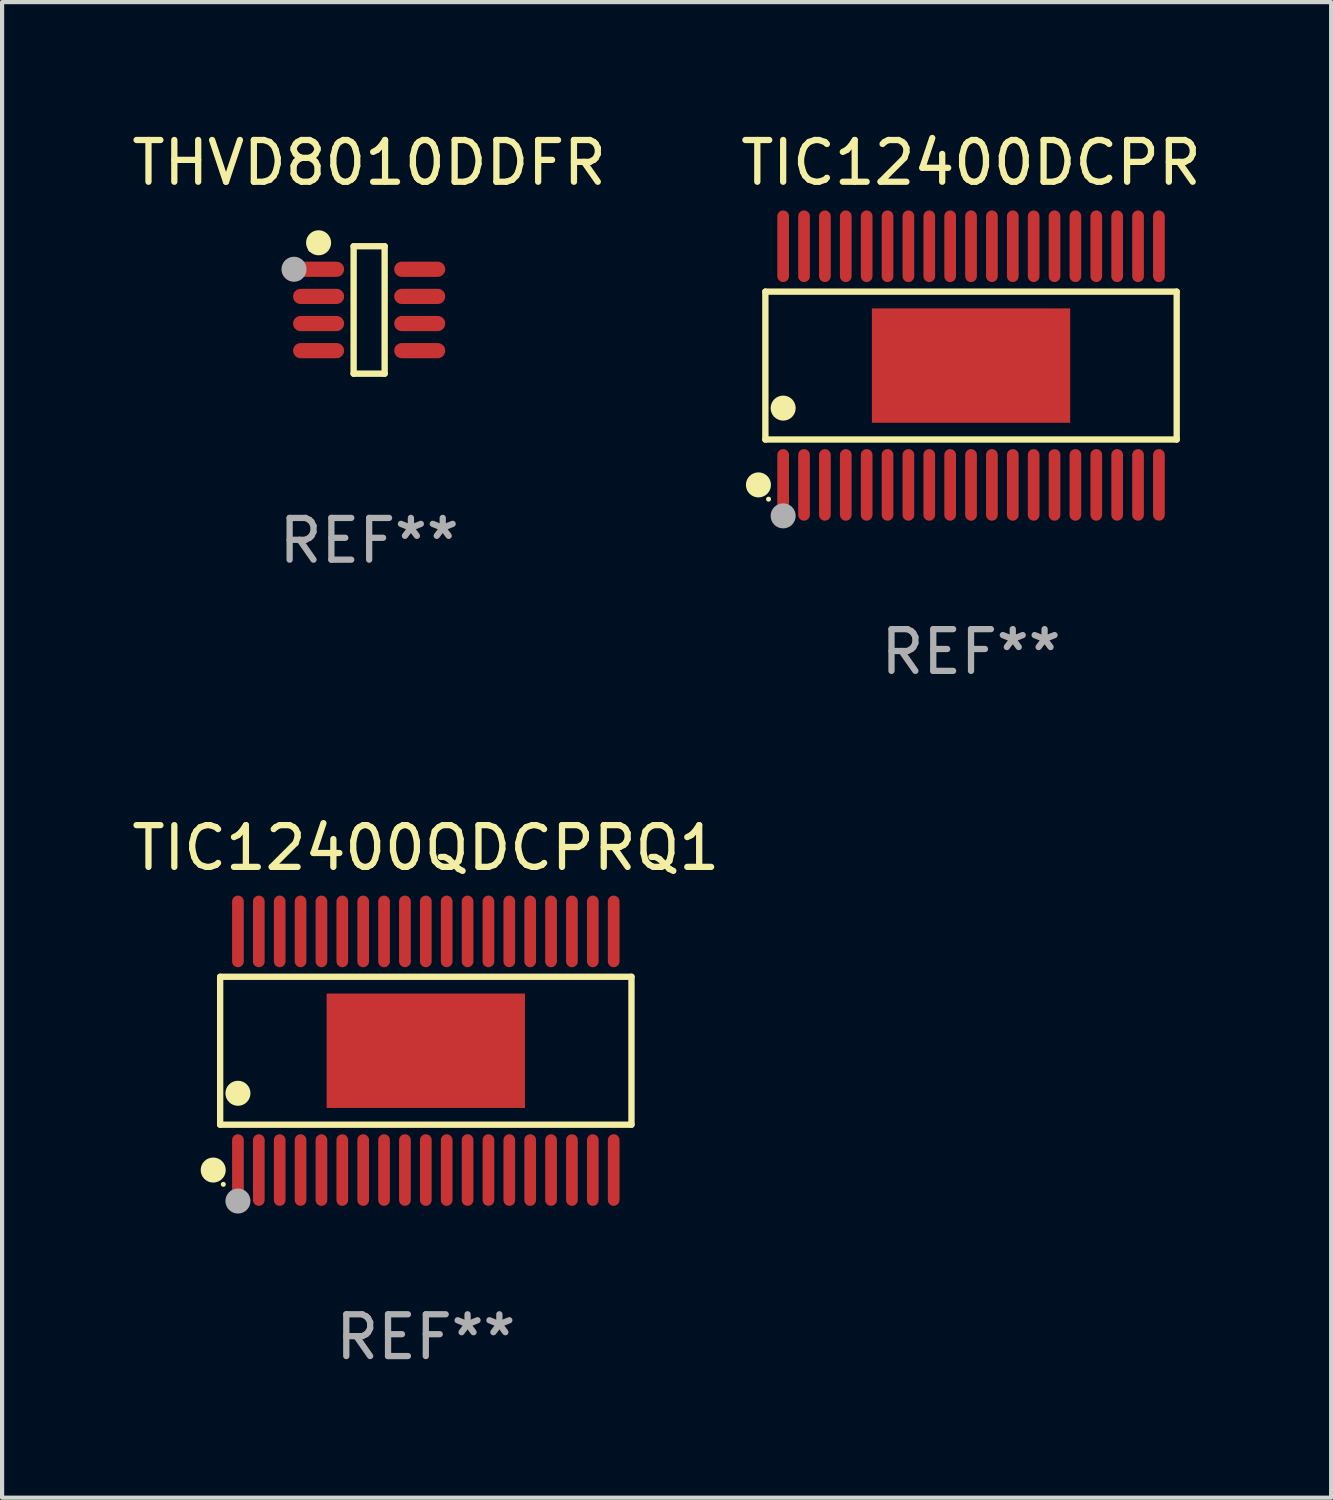
<source format=kicad_pcb>
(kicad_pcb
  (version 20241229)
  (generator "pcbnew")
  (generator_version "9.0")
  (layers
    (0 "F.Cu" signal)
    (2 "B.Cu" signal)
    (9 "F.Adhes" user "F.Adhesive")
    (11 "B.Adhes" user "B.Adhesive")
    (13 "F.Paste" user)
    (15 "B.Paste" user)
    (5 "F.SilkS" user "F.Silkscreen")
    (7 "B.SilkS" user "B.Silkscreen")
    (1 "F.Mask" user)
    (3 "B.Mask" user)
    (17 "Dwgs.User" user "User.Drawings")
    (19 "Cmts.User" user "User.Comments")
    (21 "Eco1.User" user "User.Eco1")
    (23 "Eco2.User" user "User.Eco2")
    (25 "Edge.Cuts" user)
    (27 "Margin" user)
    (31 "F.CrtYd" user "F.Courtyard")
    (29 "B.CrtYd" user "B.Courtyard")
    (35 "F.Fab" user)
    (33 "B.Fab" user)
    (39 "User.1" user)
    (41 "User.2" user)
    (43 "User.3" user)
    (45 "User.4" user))
  (footprint "TIC12400DCPR"
    (layer "F.Cu")
    (at 20.208 5.706)
    (property "Reference" "TIC12400DCPR" (at 0 -4.858 0) (layer "F.SilkS") (effects (font (size 1 1) (thickness 0.15))))
    (attr through_hole)
    (fp_line (start -4.926 -1.771) (end 4.926 -1.771) (stroke (width 0.152) (type solid)) (layer "F.SilkS"))
    (fp_line (start -4.926 1.771) (end -4.926 -1.771) (stroke (width 0.152) (type solid)) (layer "F.SilkS"))
    (fp_line (start 4.926 -1.771) (end 4.926 1.771) (stroke (width 0.152) (type solid)) (layer "F.SilkS"))
    (fp_line (start 4.926 1.771) (end -4.926 1.771) (stroke (width 0.152) (type solid)) (layer "F.SilkS"))
    (fp_circle (center -5.092 2.858) (end -4.942 2.858) (stroke (width 0.3) (type solid)) (fill no) (layer "F.SilkS"))
    (fp_circle (center -4.85 3.2) (end -4.82 3.2) (stroke (width 0.06) (type solid)) (fill no) (layer "F.SilkS"))
    (fp_circle (center -4.5 1.019) (end -4.35 1.019) (stroke (width 0.3) (type solid)) (fill no) (layer "F.SilkS"))
    (fp_circle (center -4.5 3.6) (end -4.35 3.6) (stroke (width 0.3) (type solid)) (fill no) (layer "F.Fab"))
    (fp_text user "REF**" (at 0 6.858 0) (layer "F.Fab") (effects (font (size 1 1) (thickness 0.15))))
    (pad "1" smd oval (at -4.5 2.858) (size 0.28 1.715) (layers "F.Cu" "F.Mask" "F.Paste"))
    (pad "2" smd oval (at -4 2.858) (size 0.28 1.715) (layers "F.Cu" "F.Mask" "F.Paste"))
    (pad "3" smd oval (at -3.5 2.858) (size 0.28 1.715) (layers "F.Cu" "F.Mask" "F.Paste"))
    (pad "4" smd oval (at -3 2.858) (size 0.28 1.715) (layers "F.Cu" "F.Mask" "F.Paste"))
    (pad "5" smd oval (at -2.5 2.858) (size 0.28 1.715) (layers "F.Cu" "F.Mask" "F.Paste"))
    (pad "6" smd oval (at -2 2.858) (size 0.28 1.715) (layers "F.Cu" "F.Mask" "F.Paste"))
    (pad "7" smd oval (at -1.5 2.858) (size 0.28 1.715) (layers "F.Cu" "F.Mask" "F.Paste"))
    (pad "8" smd oval (at -1 2.858) (size 0.28 1.715) (layers "F.Cu" "F.Mask" "F.Paste"))
    (pad "9" smd oval (at -0.5 2.858) (size 0.28 1.715) (layers "F.Cu" "F.Mask" "F.Paste"))
    (pad "10" smd oval (at 0 2.858) (size 0.28 1.715) (layers "F.Cu" "F.Mask" "F.Paste"))
    (pad "11" smd oval (at 0.5 2.858) (size 0.28 1.715) (layers "F.Cu" "F.Mask" "F.Paste"))
    (pad "12" smd oval (at 1 2.858) (size 0.28 1.715) (layers "F.Cu" "F.Mask" "F.Paste"))
    (pad "13" smd oval (at 1.5 2.858) (size 0.28 1.715) (layers "F.Cu" "F.Mask" "F.Paste"))
    (pad "14" smd oval (at 2 2.858) (size 0.28 1.715) (layers "F.Cu" "F.Mask" "F.Paste"))
    (pad "15" smd oval (at 2.5 2.858) (size 0.28 1.715) (layers "F.Cu" "F.Mask" "F.Paste"))
    (pad "16" smd oval (at 3 2.858) (size 0.28 1.715) (layers "F.Cu" "F.Mask" "F.Paste"))
    (pad "17" smd oval (at 3.5 2.858) (size 0.28 1.715) (layers "F.Cu" "F.Mask" "F.Paste"))
    (pad "18" smd oval (at 4 2.858) (size 0.28 1.715) (layers "F.Cu" "F.Mask" "F.Paste"))
    (pad "19" smd oval (at 4.5 2.858) (size 0.28 1.715) (layers "F.Cu" "F.Mask" "F.Paste"))
    (pad "20" smd oval (at 4.5 -2.858) (size 0.28 1.715) (layers "F.Cu" "F.Mask" "F.Paste"))
    (pad "21" smd oval (at 4 -2.858) (size 0.28 1.715) (layers "F.Cu" "F.Mask" "F.Paste"))
    (pad "22" smd oval (at 3.5 -2.858) (size 0.28 1.715) (layers "F.Cu" "F.Mask" "F.Paste"))
    (pad "23" smd oval (at 3 -2.858) (size 0.28 1.715) (layers "F.Cu" "F.Mask" "F.Paste"))
    (pad "24" smd oval (at 2.5 -2.858) (size 0.28 1.715) (layers "F.Cu" "F.Mask" "F.Paste"))
    (pad "25" smd oval (at 2 -2.858) (size 0.28 1.715) (layers "F.Cu" "F.Mask" "F.Paste"))
    (pad "26" smd oval (at 1.5 -2.858) (size 0.28 1.715) (layers "F.Cu" "F.Mask" "F.Paste"))
    (pad "27" smd oval (at 1 -2.858) (size 0.28 1.715) (layers "F.Cu" "F.Mask" "F.Paste"))
    (pad "28" smd oval (at 0.5 -2.858) (size 0.28 1.715) (layers "F.Cu" "F.Mask" "F.Paste"))
    (pad "29" smd oval (at 0 -2.858) (size 0.28 1.715) (layers "F.Cu" "F.Mask" "F.Paste"))
    (pad "30" smd oval (at -0.5 -2.858) (size 0.28 1.715) (layers "F.Cu" "F.Mask" "F.Paste"))
    (pad "31" smd oval (at -1 -2.858) (size 0.28 1.715) (layers "F.Cu" "F.Mask" "F.Paste"))
    (pad "32" smd oval (at -1.5 -2.858) (size 0.28 1.715) (layers "F.Cu" "F.Mask" "F.Paste"))
    (pad "33" smd oval (at -2 -2.858) (size 0.28 1.715) (layers "F.Cu" "F.Mask" "F.Paste"))
    (pad "34" smd oval (at -2.5 -2.858) (size 0.28 1.715) (layers "F.Cu" "F.Mask" "F.Paste"))
    (pad "35" smd oval (at -3 -2.858) (size 0.28 1.715) (layers "F.Cu" "F.Mask" "F.Paste"))
    (pad "36" smd oval (at -3.5 -2.858) (size 0.28 1.715) (layers "F.Cu" "F.Mask" "F.Paste"))
    (pad "37" smd oval (at -4 -2.858) (size 0.28 1.715) (layers "F.Cu" "F.Mask" "F.Paste"))
    (pad "38" smd oval (at -4.5 -2.858) (size 0.28 1.715) (layers "F.Cu" "F.Mask" "F.Paste"))
    (pad "39" smd rect (at 0.000127 0) (size 4.75 2.74) (layers "F.Cu" "F.Mask" "F.Paste")))
  (footprint "TIC12400QDCPRQ1"
    (layer "F.Cu")
    (at 7.149 22.117)
    (property "Reference" "TIC12400QDCPRQ1" (at 0 -4.858 0) (layer "F.SilkS") (effects (font (size 1 1) (thickness 0.15))))
    (attr through_hole)
    (fp_line (start -4.926 -1.771) (end 4.926 -1.771) (stroke (width 0.152) (type solid)) (layer "F.SilkS"))
    (fp_line (start -4.926 1.771) (end -4.926 -1.771) (stroke (width 0.152) (type solid)) (layer "F.SilkS"))
    (fp_line (start 4.926 -1.771) (end 4.926 1.771) (stroke (width 0.152) (type solid)) (layer "F.SilkS"))
    (fp_line (start 4.926 1.771) (end -4.926 1.771) (stroke (width 0.152) (type solid)) (layer "F.SilkS"))
    (fp_circle (center -5.092 2.858) (end -4.942 2.858) (stroke (width 0.3) (type solid)) (fill no) (layer "F.SilkS"))
    (fp_circle (center -4.85 3.2) (end -4.82 3.2) (stroke (width 0.06) (type solid)) (fill no) (layer "F.SilkS"))
    (fp_circle (center -4.5 1.019) (end -4.35 1.019) (stroke (width 0.3) (type solid)) (fill no) (layer "F.SilkS"))
    (fp_circle (center -4.5 3.6) (end -4.35 3.6) (stroke (width 0.3) (type solid)) (fill no) (layer "F.Fab"))
    (fp_text user "REF**" (at 0 6.858 0) (layer "F.Fab") (effects (font (size 1 1) (thickness 0.15))))
    (pad "1" smd oval (at -4.5 2.858) (size 0.28 1.715) (layers "F.Cu" "F.Mask" "F.Paste"))
    (pad "2" smd oval (at -4 2.858) (size 0.28 1.715) (layers "F.Cu" "F.Mask" "F.Paste"))
    (pad "3" smd oval (at -3.5 2.858) (size 0.28 1.715) (layers "F.Cu" "F.Mask" "F.Paste"))
    (pad "4" smd oval (at -3 2.858) (size 0.28 1.715) (layers "F.Cu" "F.Mask" "F.Paste"))
    (pad "5" smd oval (at -2.5 2.858) (size 0.28 1.715) (layers "F.Cu" "F.Mask" "F.Paste"))
    (pad "6" smd oval (at -2 2.858) (size 0.28 1.715) (layers "F.Cu" "F.Mask" "F.Paste"))
    (pad "7" smd oval (at -1.5 2.858) (size 0.28 1.715) (layers "F.Cu" "F.Mask" "F.Paste"))
    (pad "8" smd oval (at -1 2.858) (size 0.28 1.715) (layers "F.Cu" "F.Mask" "F.Paste"))
    (pad "9" smd oval (at -0.5 2.858) (size 0.28 1.715) (layers "F.Cu" "F.Mask" "F.Paste"))
    (pad "10" smd oval (at 0 2.858) (size 0.28 1.715) (layers "F.Cu" "F.Mask" "F.Paste"))
    (pad "11" smd oval (at 0.5 2.858) (size 0.28 1.715) (layers "F.Cu" "F.Mask" "F.Paste"))
    (pad "12" smd oval (at 1 2.858) (size 0.28 1.715) (layers "F.Cu" "F.Mask" "F.Paste"))
    (pad "13" smd oval (at 1.5 2.858) (size 0.28 1.715) (layers "F.Cu" "F.Mask" "F.Paste"))
    (pad "14" smd oval (at 2 2.858) (size 0.28 1.715) (layers "F.Cu" "F.Mask" "F.Paste"))
    (pad "15" smd oval (at 2.5 2.858) (size 0.28 1.715) (layers "F.Cu" "F.Mask" "F.Paste"))
    (pad "16" smd oval (at 3 2.858) (size 0.28 1.715) (layers "F.Cu" "F.Mask" "F.Paste"))
    (pad "17" smd oval (at 3.5 2.858) (size 0.28 1.715) (layers "F.Cu" "F.Mask" "F.Paste"))
    (pad "18" smd oval (at 4 2.858) (size 0.28 1.715) (layers "F.Cu" "F.Mask" "F.Paste"))
    (pad "19" smd oval (at 4.5 2.858) (size 0.28 1.715) (layers "F.Cu" "F.Mask" "F.Paste"))
    (pad "20" smd oval (at 4.5 -2.858) (size 0.28 1.715) (layers "F.Cu" "F.Mask" "F.Paste"))
    (pad "21" smd oval (at 4 -2.858) (size 0.28 1.715) (layers "F.Cu" "F.Mask" "F.Paste"))
    (pad "22" smd oval (at 3.5 -2.858) (size 0.28 1.715) (layers "F.Cu" "F.Mask" "F.Paste"))
    (pad "23" smd oval (at 3 -2.858) (size 0.28 1.715) (layers "F.Cu" "F.Mask" "F.Paste"))
    (pad "24" smd oval (at 2.5 -2.858) (size 0.28 1.715) (layers "F.Cu" "F.Mask" "F.Paste"))
    (pad "25" smd oval (at 2 -2.858) (size 0.28 1.715) (layers "F.Cu" "F.Mask" "F.Paste"))
    (pad "26" smd oval (at 1.5 -2.858) (size 0.28 1.715) (layers "F.Cu" "F.Mask" "F.Paste"))
    (pad "27" smd oval (at 1 -2.858) (size 0.28 1.715) (layers "F.Cu" "F.Mask" "F.Paste"))
    (pad "28" smd oval (at 0.5 -2.858) (size 0.28 1.715) (layers "F.Cu" "F.Mask" "F.Paste"))
    (pad "29" smd oval (at 0 -2.858) (size 0.28 1.715) (layers "F.Cu" "F.Mask" "F.Paste"))
    (pad "30" smd oval (at -0.5 -2.858) (size 0.28 1.715) (layers "F.Cu" "F.Mask" "F.Paste"))
    (pad "31" smd oval (at -1 -2.858) (size 0.28 1.715) (layers "F.Cu" "F.Mask" "F.Paste"))
    (pad "32" smd oval (at -1.5 -2.858) (size 0.28 1.715) (layers "F.Cu" "F.Mask" "F.Paste"))
    (pad "33" smd oval (at -2 -2.858) (size 0.28 1.715) (layers "F.Cu" "F.Mask" "F.Paste"))
    (pad "34" smd oval (at -2.5 -2.858) (size 0.28 1.715) (layers "F.Cu" "F.Mask" "F.Paste"))
    (pad "35" smd oval (at -3 -2.858) (size 0.28 1.715) (layers "F.Cu" "F.Mask" "F.Paste"))
    (pad "36" smd oval (at -3.5 -2.858) (size 0.28 1.715) (layers "F.Cu" "F.Mask" "F.Paste"))
    (pad "37" smd oval (at -4 -2.858) (size 0.28 1.715) (layers "F.Cu" "F.Mask" "F.Paste"))
    (pad "38" smd oval (at -4.5 -2.858) (size 0.28 1.715) (layers "F.Cu" "F.Mask" "F.Paste"))
    (pad "39" smd rect (at 0.000127 0) (size 4.75 2.74) (layers "F.Cu" "F.Mask" "F.Paste")))
  (footprint "THVD8010DDFR"
    (layer "F.Cu")
    (at 5.792 4.374)
    (property "Reference" "THVD8010DDFR" (at 0 -3.526 0) (layer "F.SilkS") (effects (font (size 1 1) (thickness 0.15))))
    (attr through_hole)
    (fp_line (start -0.372 -1.526) (end 0.371 -1.526) (stroke (width 0.152) (type solid)) (layer "F.SilkS"))
    (fp_line (start -0.372 1.526) (end -0.372 -1.526) (stroke (width 0.152) (type solid)) (layer "F.SilkS"))
    (fp_line (start 0.371 -1.526) (end 0.371 1.526) (stroke (width 0.152) (type solid)) (layer "F.SilkS"))
    (fp_line (start 0.371 1.526) (end -0.372 1.526) (stroke (width 0.152) (type solid)) (layer "F.SilkS"))
    (fp_circle (center -1.4 -1.45) (end -1.37 -1.45) (stroke (width 0.06) (type solid)) (fill no) (layer "F.SilkS"))
    (fp_circle (center -1.211 -1.609) (end -1.061 -1.609) (stroke (width 0.3) (type solid)) (fill no) (layer "F.SilkS"))
    (fp_circle (center -1.8 -0.975) (end -1.65 -0.975) (stroke (width 0.3) (type solid)) (fill no) (layer "F.Fab"))
    (fp_text user "REF**" (at 0 5.526 0) (layer "F.Fab") (effects (font (size 1 1) (thickness 0.15))))
    (pad "1" smd oval (at -1.211 -0.975 270) (size 0.364 1.222) (layers "F.Cu" "F.Mask" "F.Paste"))
    (pad "2" smd oval (at -1.211 -0.325 270) (size 0.364 1.222) (layers "F.Cu" "F.Mask" "F.Paste"))
    (pad "3" smd oval (at -1.211 0.325 270) (size 0.364 1.222) (layers "F.Cu" "F.Mask" "F.Paste"))
    (pad "4" smd oval (at -1.211 0.975 270) (size 0.364 1.222) (layers "F.Cu" "F.Mask" "F.Paste"))
    (pad "5" smd oval (at 1.211 0.975 270) (size 0.364 1.222) (layers "F.Cu" "F.Mask" "F.Paste"))
    (pad "6" smd oval (at 1.211 0.325 270) (size 0.364 1.222) (layers "F.Cu" "F.Mask" "F.Paste"))
    (pad "7" smd oval (at 1.211 -0.325 270) (size 0.364 1.222) (layers "F.Cu" "F.Mask" "F.Paste"))
    (pad "8" smd oval (at 1.211 -0.975 270) (size 0.364 1.222) (layers "F.Cu" "F.Mask" "F.Paste")))
  (gr_rect
    (start -3 -3)
    (end 28.833 32.823)
    (stroke (width 0.1) (type default))
    (fill no)
    (layer "Edge.Cuts")))
</source>
